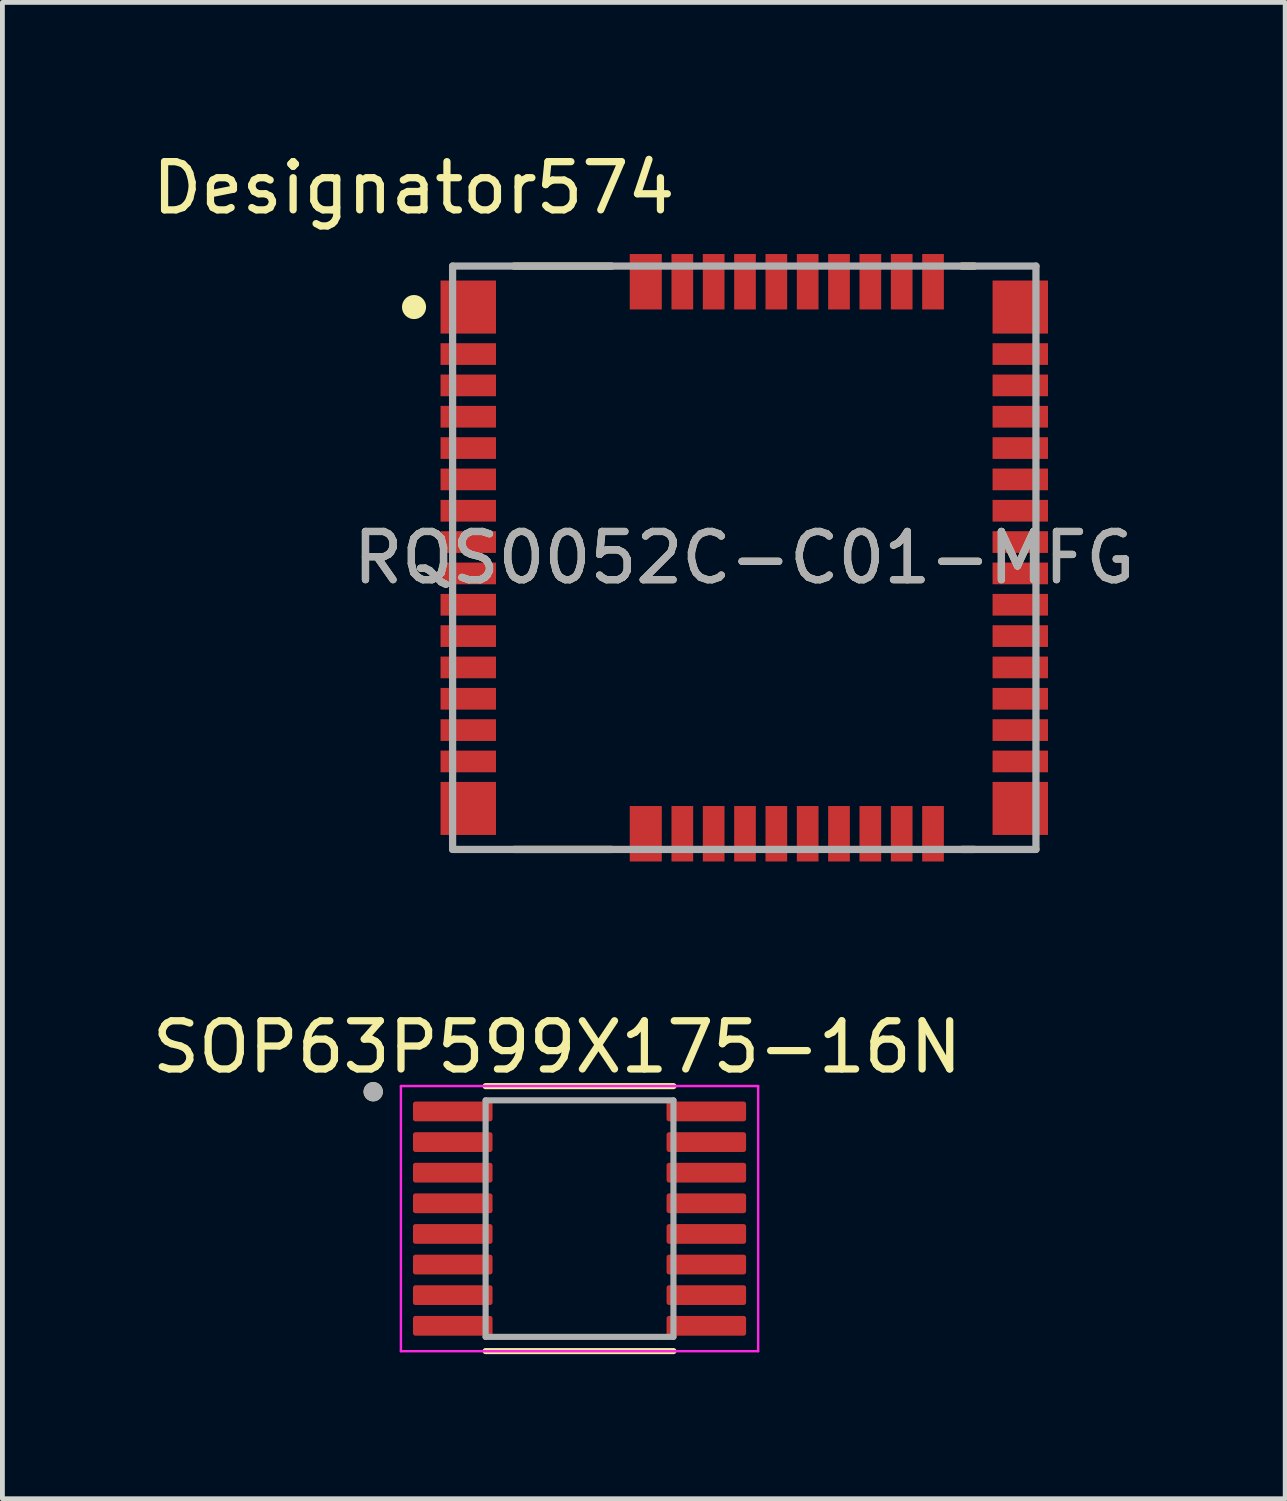
<source format=kicad_pcb>
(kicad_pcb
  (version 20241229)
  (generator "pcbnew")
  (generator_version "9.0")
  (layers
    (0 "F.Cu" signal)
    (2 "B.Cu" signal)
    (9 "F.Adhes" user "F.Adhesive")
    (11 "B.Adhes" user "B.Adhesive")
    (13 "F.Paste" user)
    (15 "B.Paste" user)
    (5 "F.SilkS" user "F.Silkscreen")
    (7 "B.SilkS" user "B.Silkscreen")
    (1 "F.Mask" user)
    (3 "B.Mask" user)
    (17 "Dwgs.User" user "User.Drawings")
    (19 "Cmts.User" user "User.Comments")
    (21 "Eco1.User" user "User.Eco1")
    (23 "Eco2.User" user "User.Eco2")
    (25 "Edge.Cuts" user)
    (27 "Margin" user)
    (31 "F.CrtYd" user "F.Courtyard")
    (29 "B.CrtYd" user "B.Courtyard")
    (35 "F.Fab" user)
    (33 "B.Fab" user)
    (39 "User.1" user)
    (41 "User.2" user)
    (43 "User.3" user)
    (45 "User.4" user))
  (footprint "SOP63P599X175-16N"
    (layer "F.Cu")
    (at 8.971 22.227)
    (property "Reference" "SOP63P599X175-16N" (at -0.465 -3.559 0) (layer "F.SilkS") (effects (font (size 1 1) (thickness 0.15))))
    (attr smd)
    (fp_line (start -1.948 -2.748) (end 1.948 -2.748) (stroke (width 0.127) (type solid)) (layer "F.SilkS"))
    (fp_line (start -1.948 2.748) (end 1.948 2.748) (stroke (width 0.127) (type solid)) (layer "F.SilkS"))
    (fp_circle (center -4.28 -2.632) (end -4.18 -2.632) (stroke (width 0.2) (type solid)) (fill no) (layer "F.SilkS"))
    (fp_line (start -3.705 -2.75) (end -3.705 2.75) (stroke (width 0.05) (type solid)) (layer "F.CrtYd"))
    (fp_line (start -3.705 -2.75) (end 3.705 -2.75) (stroke (width 0.05) (type solid)) (layer "F.CrtYd"))
    (fp_line (start -3.705 2.75) (end 3.705 2.75) (stroke (width 0.05) (type solid)) (layer "F.CrtYd"))
    (fp_line (start 3.705 -2.75) (end 3.705 2.75) (stroke (width 0.05) (type solid)) (layer "F.CrtYd"))
    (fp_line (start -1.948 -2.453) (end -1.948 2.453) (stroke (width 0.127) (type solid)) (layer "F.Fab"))
    (fp_line (start -1.948 -2.453) (end 1.948 -2.453) (stroke (width 0.127) (type solid)) (layer "F.Fab"))
    (fp_line (start -1.948 2.453) (end 1.948 2.453) (stroke (width 0.127) (type solid)) (layer "F.Fab"))
    (fp_line (start 1.948 -2.453) (end 1.948 2.453) (stroke (width 0.127) (type solid)) (layer "F.Fab"))
    (fp_circle (center -4.28 -2.632) (end -4.18 -2.632) (stroke (width 0.2) (type solid)) (fill no) (layer "F.Fab"))
    (pad "1" smd roundrect (at -2.63 -2.223) (size 1.65 0.41) (layers "F.Cu" "F.Mask" "F.Paste") (roundrect_rratio 0.125))
    (pad "2" smd roundrect (at -2.63 -1.587) (size 1.65 0.41) (layers "F.Cu" "F.Mask" "F.Paste") (roundrect_rratio 0.125))
    (pad "3" smd roundrect (at -2.63 -0.953) (size 1.65 0.41) (layers "F.Cu" "F.Mask" "F.Paste") (roundrect_rratio 0.125))
    (pad "4" smd roundrect (at -2.63 -0.318) (size 1.65 0.41) (layers "F.Cu" "F.Mask" "F.Paste") (roundrect_rratio 0.125))
    (pad "5" smd roundrect (at -2.63 0.318) (size 1.65 0.41) (layers "F.Cu" "F.Mask" "F.Paste") (roundrect_rratio 0.125))
    (pad "6" smd roundrect (at -2.63 0.953) (size 1.65 0.41) (layers "F.Cu" "F.Mask" "F.Paste") (roundrect_rratio 0.125))
    (pad "7" smd roundrect (at -2.63 1.587) (size 1.65 0.41) (layers "F.Cu" "F.Mask" "F.Paste") (roundrect_rratio 0.125))
    (pad "8" smd roundrect (at -2.63 2.223) (size 1.65 0.41) (layers "F.Cu" "F.Mask" "F.Paste") (roundrect_rratio 0.125))
    (pad "9" smd roundrect (at 2.63 2.223) (size 1.65 0.41) (layers "F.Cu" "F.Mask" "F.Paste") (roundrect_rratio 0.125))
    (pad "10" smd roundrect (at 2.63 1.587) (size 1.65 0.41) (layers "F.Cu" "F.Mask" "F.Paste") (roundrect_rratio 0.125))
    (pad "11" smd roundrect (at 2.63 0.953) (size 1.65 0.41) (layers "F.Cu" "F.Mask" "F.Paste") (roundrect_rratio 0.125))
    (pad "12" smd roundrect (at 2.63 0.318) (size 1.65 0.41) (layers "F.Cu" "F.Mask" "F.Paste") (roundrect_rratio 0.125))
    (pad "13" smd roundrect (at 2.63 -0.318) (size 1.65 0.41) (layers "F.Cu" "F.Mask" "F.Paste") (roundrect_rratio 0.125))
    (pad "14" smd roundrect (at 2.63 -0.953) (size 1.65 0.41) (layers "F.Cu" "F.Mask" "F.Paste") (roundrect_rratio 0.125))
    (pad "15" smd roundrect (at 2.63 -1.587) (size 1.65 0.41) (layers "F.Cu" "F.Mask" "F.Paste") (roundrect_rratio 0.125))
    (pad "16" smd roundrect (at 2.63 -2.223) (size 1.65 0.41) (layers "F.Cu" "F.Mask" "F.Paste") (roundrect_rratio 0.125)))
  (footprint "RQS0052C-C01-MFG"
    (layer "F.Cu")
    (at 12.388 8.519)
    (property "Reference" "RQS0052C-C01-MFG" (at 0 0 0) (unlocked yes) (layer "F.SilkS") (effects (font (size 1 1) (thickness 0.15))))
    (attr smd)
    (fp_line (start -4.775 -6.05) (end -2.751 -6.05) (stroke (width 0.15) (type solid)) (layer "F.SilkS"))
    (fp_line (start -4.775 6.05) (end -2.751 6.05) (stroke (width 0.15) (type solid)) (layer "F.SilkS"))
    (fp_line (start 4.515 -6.05) (end 4.775 -6.05) (stroke (width 0.15) (type solid)) (layer "F.SilkS"))
    (fp_line (start 4.515 6.05) (end 4.775 6.05) (stroke (width 0.15) (type solid)) (layer "F.SilkS"))
    (fp_circle (center -6.85 -5.2) (end -6.725 -5.2) (stroke (width 0.25) (type solid)) (fill no) (layer "F.SilkS"))
    (fp_poly (pts (xy -6.3 -5.65) (xy -6.25 -5.7) (xy -5.2 -5.7) (xy -5.15 -5.65) (xy -5.15 -4.75) (xy -5.2 -4.7) (xy -6.25 -4.7) (xy -6.3 -4.75)) (stroke (width 0) (type solid)) (fill yes) (layer "F.Paste"))
    (fp_poly (pts (xy -6.3 4.75) (xy -6.25 4.7) (xy -5.2 4.7) (xy -5.15 4.75) (xy -5.15 5.65) (xy -5.2 5.7) (xy -6.25 5.7) (xy -6.3 5.65)) (stroke (width 0) (type solid)) (fill yes) (layer "F.Paste"))
    (fp_poly (pts (xy 6.25 -4.7) (xy 5.2 -4.7) (xy 5.15 -4.75) (xy 5.15 -5.65) (xy 5.2 -5.7) (xy 6.25 -5.7) (xy 6.3 -5.65) (xy 6.3 -4.75)) (stroke (width 0) (type solid)) (fill yes) (layer "F.Paste"))
    (fp_poly (pts (xy 6.25 5.7) (xy 5.2 5.7) (xy 5.15 5.65) (xy 5.15 4.75) (xy 5.2 4.7) (xy 6.25 4.7) (xy 6.3 4.75) (xy 6.3 5.65)) (stroke (width 0) (type solid)) (fill yes) (layer "F.Paste"))
    (fp_line (start -6.05 -6.05) (end 6.05 -6.05) (stroke (width 0.15) (type solid)) (layer "F.Fab"))
    (fp_line (start -6.05 6.05) (end -6.05 -6.05) (stroke (width 0.15) (type solid)) (layer "F.Fab"))
    (fp_line (start -6.05 6.05) (end 6.05 6.05) (stroke (width 0.15) (type solid)) (layer "F.Fab"))
    (fp_line (start 6.05 6.05) (end 6.05 -6.05) (stroke (width 0.15) (type solid)) (layer "F.Fab"))
    (fp_text user "Designator574" (at -6.858 -7.671 0) (unlocked yes) (layer "F.SilkS") (effects (font (size 1 1) (thickness 0.15))))
    (fp_text user "${REFERENCE}" (at 0 0 0) (unlocked yes) (layer "F.Fab") (effects (font (size 1 1) (thickness 0.15))))
    (pad "1" smd rect (at -5.725 -5.2) (size 1.15 1.1) (layers "F.Cu" "F.Mask"))
    (pad "2" smd rect (at -5.725 -4.225) (size 1.15 0.45) (layers "F.Cu" "F.Mask" "F.Paste"))
    (pad "3" smd rect (at -5.725 -3.575) (size 1.15 0.45) (layers "F.Cu" "F.Mask" "F.Paste"))
    (pad "4" smd rect (at -5.725 -2.925) (size 1.15 0.45) (layers "F.Cu" "F.Mask" "F.Paste"))
    (pad "5" smd rect (at -5.725 -2.275) (size 1.15 0.45) (layers "F.Cu" "F.Mask" "F.Paste"))
    (pad "6" smd rect (at -5.725 -1.625) (size 1.15 0.45) (layers "F.Cu" "F.Mask" "F.Paste"))
    (pad "7" smd rect (at -5.725 -0.975) (size 1.15 0.45) (layers "F.Cu" "F.Mask" "F.Paste"))
    (pad "8" smd rect (at -5.725 -0.325) (size 1.15 0.45) (layers "F.Cu" "F.Mask" "F.Paste"))
    (pad "9" smd rect (at -5.725 0.325) (size 1.15 0.45) (layers "F.Cu" "F.Mask" "F.Paste"))
    (pad "10" smd rect (at -5.725 0.975) (size 1.15 0.45) (layers "F.Cu" "F.Mask" "F.Paste"))
    (pad "11" smd rect (at -5.725 1.625) (size 1.15 0.45) (layers "F.Cu" "F.Mask" "F.Paste"))
    (pad "12" smd rect (at -5.725 2.275) (size 1.15 0.45) (layers "F.Cu" "F.Mask" "F.Paste"))
    (pad "13" smd rect (at -5.725 2.925) (size 1.15 0.45) (layers "F.Cu" "F.Mask" "F.Paste"))
    (pad "14" smd rect (at -5.725 3.575) (size 1.15 0.45) (layers "F.Cu" "F.Mask" "F.Paste"))
    (pad "15" smd rect (at -5.725 4.225) (size 1.15 0.45) (layers "F.Cu" "F.Mask" "F.Paste"))
    (pad "16" smd rect (at -5.725 5.2) (size 1.15 1.1) (layers "F.Cu" "F.Mask"))
    (pad "17" smd rect (at -2.043 5.725) (size 0.665 1.15) (layers "F.Cu" "F.Mask" "F.Paste"))
    (pad "18" smd rect (at -1.285 5.725 90) (size 1.15 0.45) (layers "F.Cu" "F.Mask" "F.Paste"))
    (pad "19" smd rect (at -0.635 5.725 90) (size 1.15 0.45) (layers "F.Cu" "F.Mask" "F.Paste"))
    (pad "20" smd rect (at 0.015 5.725 90) (size 1.15 0.45) (layers "F.Cu" "F.Mask" "F.Paste"))
    (pad "21" smd rect (at 0.665 5.725 90) (size 1.15 0.45) (layers "F.Cu" "F.Mask" "F.Paste"))
    (pad "22" smd rect (at 1.315 5.725 90) (size 1.15 0.45) (layers "F.Cu" "F.Mask" "F.Paste"))
    (pad "23" smd rect (at 1.965 5.725 90) (size 1.15 0.45) (layers "F.Cu" "F.Mask" "F.Paste"))
    (pad "24" smd rect (at 2.615 5.725 90) (size 1.15 0.45) (layers "F.Cu" "F.Mask" "F.Paste"))
    (pad "25" smd rect (at 3.265 5.725 90) (size 1.15 0.45) (layers "F.Cu" "F.Mask" "F.Paste"))
    (pad "26" smd rect (at 3.915 5.725 90) (size 1.15 0.45) (layers "F.Cu" "F.Mask" "F.Paste"))
    (pad "27" smd rect (at 5.725 5.2) (size 1.15 1.1) (layers "F.Cu" "F.Mask"))
    (pad "28" smd rect (at 5.725 4.225) (size 1.15 0.45) (layers "F.Cu" "F.Mask" "F.Paste"))
    (pad "29" smd rect (at 5.725 3.575) (size 1.15 0.45) (layers "F.Cu" "F.Mask" "F.Paste"))
    (pad "30" smd rect (at 5.725 2.925) (size 1.15 0.45) (layers "F.Cu" "F.Mask" "F.Paste"))
    (pad "31" smd rect (at 5.725 2.275) (size 1.15 0.45) (layers "F.Cu" "F.Mask" "F.Paste"))
    (pad "32" smd rect (at 5.725 1.625) (size 1.15 0.45) (layers "F.Cu" "F.Mask" "F.Paste"))
    (pad "33" smd rect (at 5.725 0.975) (size 1.15 0.45) (layers "F.Cu" "F.Mask" "F.Paste"))
    (pad "34" smd rect (at 5.725 0.325) (size 1.15 0.45) (layers "F.Cu" "F.Mask" "F.Paste"))
    (pad "35" smd rect (at 5.725 -0.325) (size 1.15 0.45) (layers "F.Cu" "F.Mask" "F.Paste"))
    (pad "36" smd rect (at 5.725 -0.975) (size 1.15 0.45) (layers "F.Cu" "F.Mask" "F.Paste"))
    (pad "37" smd rect (at 5.725 -1.625) (size 1.15 0.45) (layers "F.Cu" "F.Mask" "F.Paste"))
    (pad "38" smd rect (at 5.725 -2.275) (size 1.15 0.45) (layers "F.Cu" "F.Mask" "F.Paste"))
    (pad "39" smd rect (at 5.725 -2.925) (size 1.15 0.45) (layers "F.Cu" "F.Mask" "F.Paste"))
    (pad "40" smd rect (at 5.725 -3.575) (size 1.15 0.45) (layers "F.Cu" "F.Mask" "F.Paste"))
    (pad "41" smd rect (at 5.725 -4.225) (size 1.15 0.45) (layers "F.Cu" "F.Mask" "F.Paste"))
    (pad "42" smd rect (at 5.725 -5.2) (size 1.15 1.1) (layers "F.Cu" "F.Mask"))
    (pad "43" smd rect (at 3.915 -5.725 90) (size 1.15 0.45) (layers "F.Cu" "F.Mask" "F.Paste"))
    (pad "44" smd rect (at 3.265 -5.725 90) (size 1.15 0.45) (layers "F.Cu" "F.Mask" "F.Paste"))
    (pad "45" smd rect (at 2.615 -5.725 90) (size 1.15 0.45) (layers "F.Cu" "F.Mask" "F.Paste"))
    (pad "46" smd rect (at 1.965 -5.725 90) (size 1.15 0.45) (layers "F.Cu" "F.Mask" "F.Paste"))
    (pad "47" smd rect (at 1.315 -5.725 90) (size 1.15 0.45) (layers "F.Cu" "F.Mask" "F.Paste"))
    (pad "48" smd rect (at 0.665 -5.725 90) (size 1.15 0.45) (layers "F.Cu" "F.Mask" "F.Paste"))
    (pad "49" smd rect (at 0.015 -5.725 90) (size 1.15 0.45) (layers "F.Cu" "F.Mask" "F.Paste"))
    (pad "50" smd rect (at -0.635 -5.725 90) (size 1.15 0.45) (layers "F.Cu" "F.Mask" "F.Paste"))
    (pad "51" smd rect (at -1.285 -5.725 90) (size 1.15 0.45) (layers "F.Cu" "F.Mask" "F.Paste"))
    (pad "52" smd rect (at -2.043 -5.725) (size 0.665 1.15) (layers "F.Cu" "F.Mask" "F.Paste")))
  (gr_rect
    (start -3 -3)
    (end 23.608 28.038)
    (stroke (width 0.1) (type default))
    (fill no)
    (layer "Edge.Cuts")))
</source>
